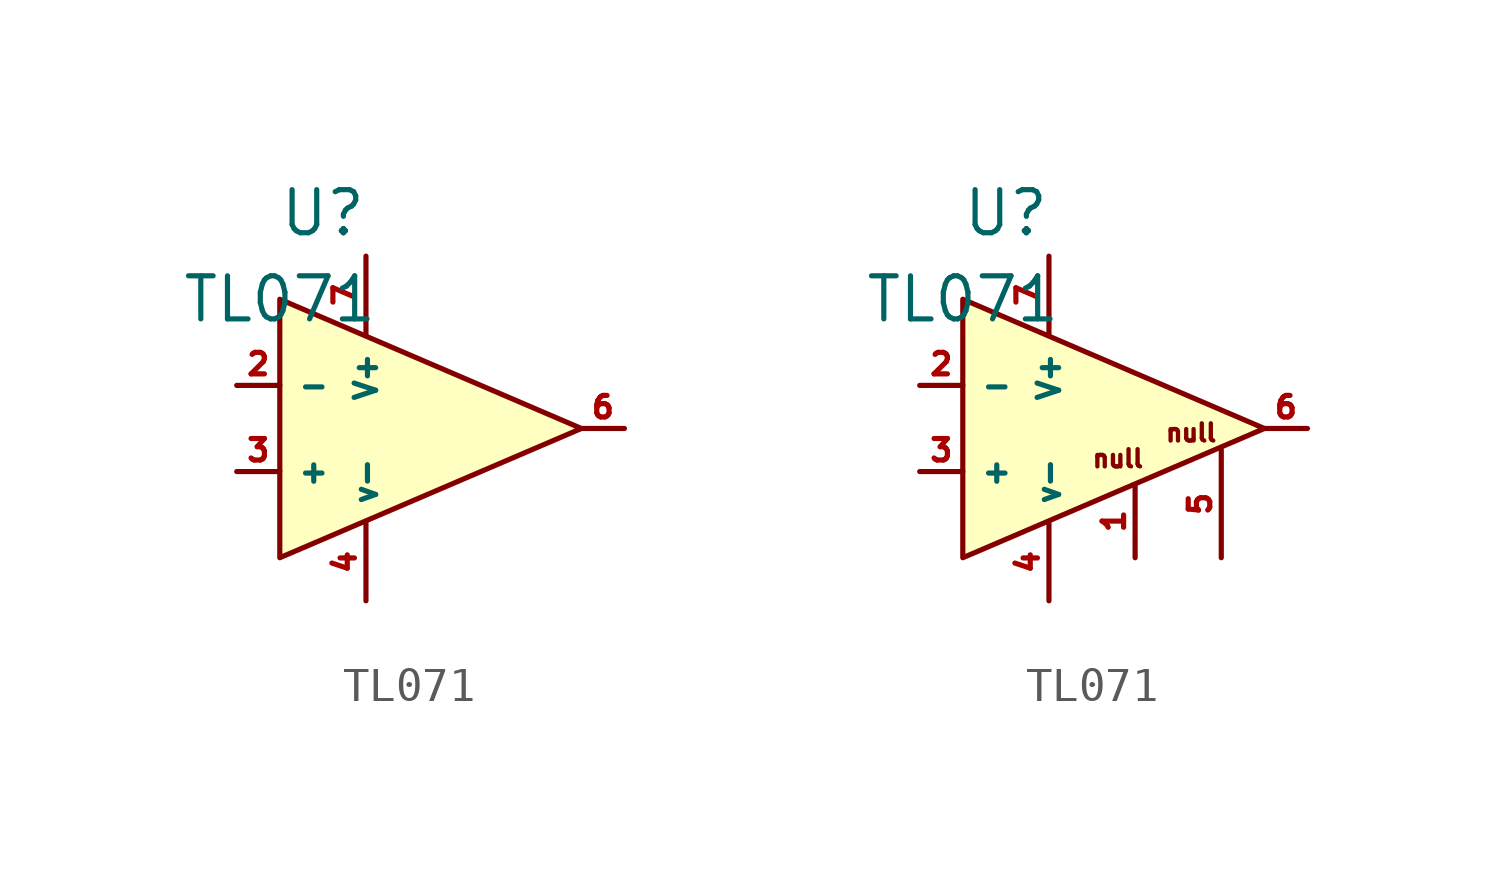
<source format=kicad_sym>
(kicad_symbol_lib
  (version 20231120)
  (generator "kicad_symbol_editor")
  (generator_version "8.0")
  (symbol "TL071"
    (property "Reference" "U"
      (at -1.27 6.35 0)
      (effects (font (size 1.27 1.27))))
    (property "Value" "TL071"
      (at -2.54 3.81 0)
      (effects (font (size 1.27 1.27))))
    (symbol "TL071_1_0"
      (polyline (pts (xy -2.54 3.81) (xy -2.54 -3.81) (xy 6.35 0) (xy -2.54 3.81)) (stroke (width 0) (type default)) (fill (type background)))
      (pin passive line (at -3.81 1.27 0) (length 1.27) (name "-" (effects (font (size 0.635 0.635)))) (number "2" (effects (font (size 0.635 0.635)))))
      (pin passive line (at -3.81 -1.27 0) (length 1.27) (name "+" (effects (font (size 0.635 0.635)))) (number "3" (effects (font (size 0.635 0.635)))))
      (pin power_in line (at 0 -5.08 90) (length 2.286) (name "v-" (effects (font (size 0.635 0.635)))) (number "4" (effects (font (size 0.635 0.635)))))
      (pin passive line (at 7.62 0 180) (length 1.27) (name "" (effects (font (size 0.635 0.635)))) (number "6" (effects (font (size 0.635 0.635)))))
      (pin power_in line (at 0 5.08 270) (length 2.286) (name "V+" (effects (font (size 0.635 0.635)))) (number "7" (effects (font (size 0.635 0.635))))))
    (symbol "TL071_1_2"
      (text "null" (at 2.032 -0.889 0) (effects (font (size 0.508 0.508))))
      (text "null" (at 4.191 -0.127 0) (effects (font (size 0.508 0.508))))
      (pin passive line (at 2.54 -3.81 90) (length 2.159) (name "" (effects (font (size 0.635 0.635)))) (number "1" (effects (font (size 0.635 0.635)))))
      (pin passive line (at 5.08 -3.81 90) (length 3.175) (name "" (effects (font (size 0.635 0.635)))) (number "5" (effects (font (size 0.635 0.635))))))))
</source>
